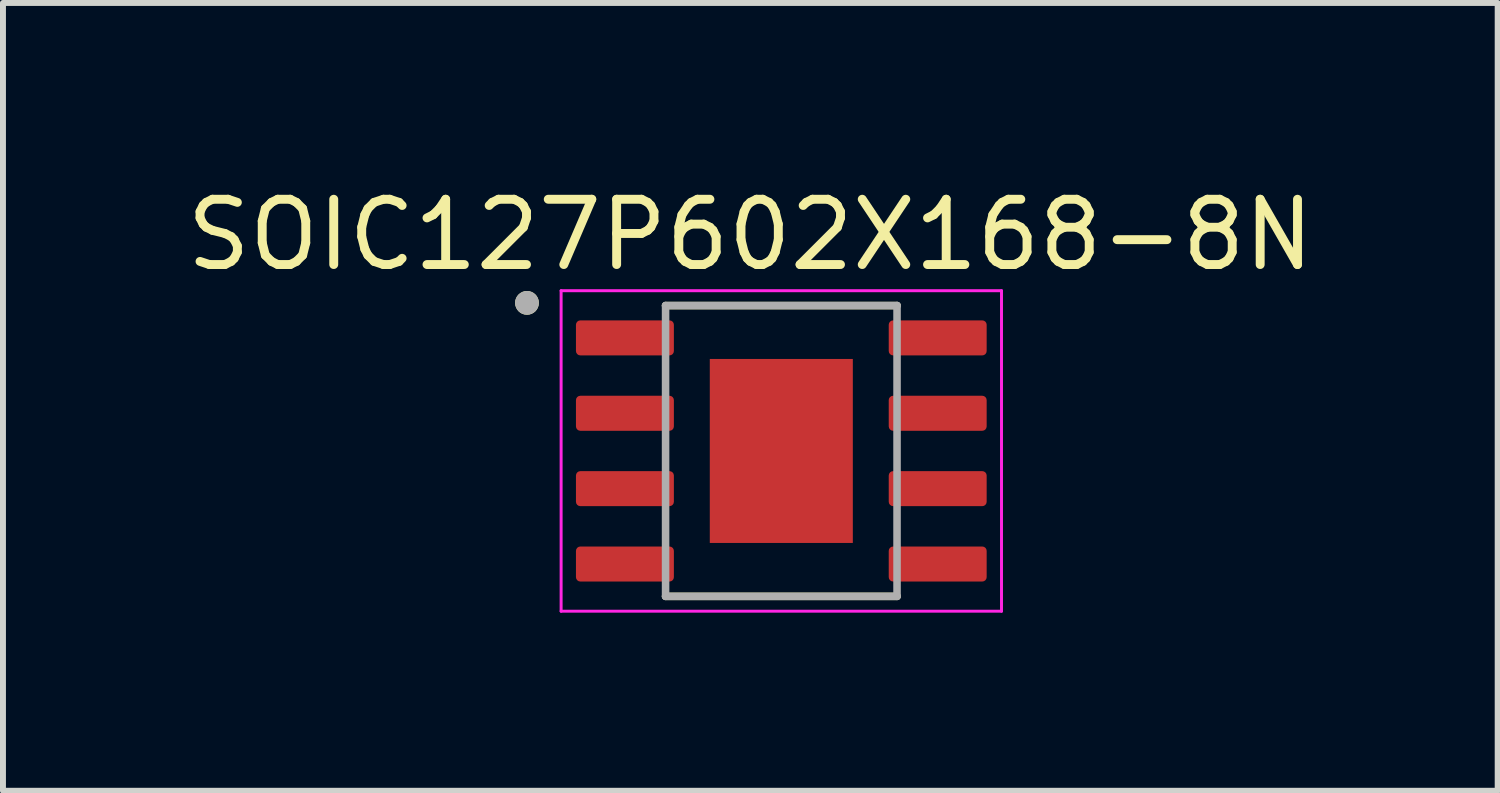
<source format=kicad_pcb>
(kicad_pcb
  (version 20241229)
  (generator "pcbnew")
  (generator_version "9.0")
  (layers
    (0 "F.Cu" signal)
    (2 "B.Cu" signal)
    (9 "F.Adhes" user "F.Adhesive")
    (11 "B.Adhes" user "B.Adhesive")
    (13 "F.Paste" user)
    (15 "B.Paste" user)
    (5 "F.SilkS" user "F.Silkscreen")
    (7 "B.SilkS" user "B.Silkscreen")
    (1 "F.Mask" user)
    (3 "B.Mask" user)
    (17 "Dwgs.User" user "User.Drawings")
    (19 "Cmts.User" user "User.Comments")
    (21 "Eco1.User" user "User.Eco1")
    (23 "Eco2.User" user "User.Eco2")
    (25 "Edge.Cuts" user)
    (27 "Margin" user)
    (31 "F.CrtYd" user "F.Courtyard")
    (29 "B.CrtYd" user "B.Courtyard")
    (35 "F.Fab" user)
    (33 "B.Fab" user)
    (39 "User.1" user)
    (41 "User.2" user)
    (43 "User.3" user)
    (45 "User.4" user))
  (footprint "SOIC127P602X168-8N"
    (layer "F.Cu")
    (at 10.114 4.548)
    (property "Reference" "SOIC127P602X168-8N" (at -0.522 -3.642 0) (layer "F.SilkS") (effects (font (size 1.1 1.1) (thickness 0.15))))
    (attr smd)
    (fp_line (start -1.95 -2.45) (end 1.95 -2.45) (stroke (width 0.127) (type solid)) (layer "F.SilkS"))
    (fp_line (start -1.95 2.45) (end 1.95 2.45) (stroke (width 0.127) (type solid)) (layer "F.SilkS"))
    (fp_circle (center -4.285 -2.495) (end -4.085 -2.495) (stroke (width 0) (type solid)) (fill yes) (layer "F.SilkS"))
    (fp_poly (pts (xy -0.674 -0.775) (xy 0.603 -0.775) (xy 0.603 0.867) (xy -0.674 0.867)) (stroke (width 0.01) (type solid)) (fill yes) (layer "F.Paste"))
    (fp_line (start -3.71 -2.7) (end -3.71 2.7) (stroke (width 0.05) (type solid)) (layer "F.CrtYd"))
    (fp_line (start -3.71 -2.7) (end 3.71 -2.7) (stroke (width 0.05) (type solid)) (layer "F.CrtYd"))
    (fp_line (start -3.71 2.7) (end 3.71 2.7) (stroke (width 0.05) (type solid)) (layer "F.CrtYd"))
    (fp_line (start 3.71 -2.7) (end 3.71 2.7) (stroke (width 0.05) (type solid)) (layer "F.CrtYd"))
    (fp_line (start -1.95 -2.45) (end -1.95 2.45) (stroke (width 0.127) (type solid)) (layer "F.Fab"))
    (fp_line (start -1.95 -2.45) (end 1.95 -2.45) (stroke (width 0.127) (type solid)) (layer "F.Fab"))
    (fp_line (start -1.95 2.45) (end 1.95 2.45) (stroke (width 0.127) (type solid)) (layer "F.Fab"))
    (fp_line (start 1.95 -2.45) (end 1.95 2.45) (stroke (width 0.127) (type solid)) (layer "F.Fab"))
    (fp_circle (center -4.285 -2.495) (end -4.085 -2.495) (stroke (width 0) (type solid)) (fill yes) (layer "F.Fab"))
    (pad "1" smd roundrect (at -2.635 -1.905) (size 1.65 0.59) (layers "F.Cu" "F.Mask" "F.Paste") (roundrect_rratio 0.125))
    (pad "2" smd roundrect (at -2.635 -0.635) (size 1.65 0.59) (layers "F.Cu" "F.Mask" "F.Paste") (roundrect_rratio 0.125))
    (pad "3" smd roundrect (at -2.635 0.635) (size 1.65 0.59) (layers "F.Cu" "F.Mask" "F.Paste") (roundrect_rratio 0.125))
    (pad "4" smd roundrect (at -2.635 1.905) (size 1.65 0.59) (layers "F.Cu" "F.Mask" "F.Paste") (roundrect_rratio 0.125))
    (pad "5" smd roundrect (at 2.635 1.905) (size 1.65 0.59) (layers "F.Cu" "F.Mask" "F.Paste") (roundrect_rratio 0.125))
    (pad "6" smd roundrect (at 2.635 0.635) (size 1.65 0.59) (layers "F.Cu" "F.Mask" "F.Paste") (roundrect_rratio 0.125))
    (pad "7" smd roundrect (at 2.635 -0.635) (size 1.65 0.59) (layers "F.Cu" "F.Mask" "F.Paste") (roundrect_rratio 0.125))
    (pad "8" smd roundrect (at 2.635 -1.905) (size 1.65 0.59) (layers "F.Cu" "F.Mask" "F.Paste") (roundrect_rratio 0.125))
    (pad "9" smd rect (at 0 0) (size 2.41 3.1) (layers "F.Cu" "F.Mask")))
  (gr_rect
    (start -3 -3)
    (end 22.184 10.273)
    (stroke (width 0.1) (type default))
    (fill no)
    (layer "Edge.Cuts")))
</source>
